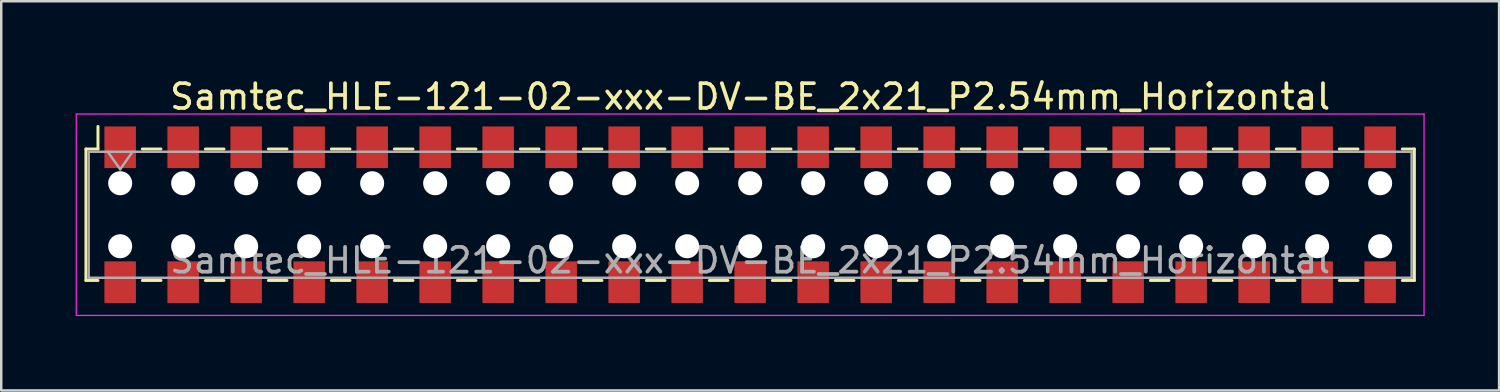
<source format=kicad_pcb>
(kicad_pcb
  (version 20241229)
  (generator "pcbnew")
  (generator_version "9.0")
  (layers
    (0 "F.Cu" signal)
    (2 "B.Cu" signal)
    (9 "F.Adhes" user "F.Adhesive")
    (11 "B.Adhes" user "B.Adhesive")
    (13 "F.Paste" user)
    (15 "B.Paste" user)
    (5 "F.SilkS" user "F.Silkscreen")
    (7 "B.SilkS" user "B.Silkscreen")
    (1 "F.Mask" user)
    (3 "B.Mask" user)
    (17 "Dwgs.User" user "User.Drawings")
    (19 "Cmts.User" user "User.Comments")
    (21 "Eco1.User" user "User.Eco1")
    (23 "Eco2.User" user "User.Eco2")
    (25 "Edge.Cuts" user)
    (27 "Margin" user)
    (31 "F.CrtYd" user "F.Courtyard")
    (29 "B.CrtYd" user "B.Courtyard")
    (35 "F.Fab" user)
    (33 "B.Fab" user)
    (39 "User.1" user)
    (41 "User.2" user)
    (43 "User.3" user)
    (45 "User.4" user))
  (footprint "Samtec_HLE-121-02-xxx-DV-BE_2x21_P2.54mm_Horizontal"
    (layer "F.Cu")
    (at 27.195 5.608)
    (property "Reference" "Samtec_HLE-121-02-xxx-DV-BE_2x21_P2.54mm_Horizontal" (at 0 -4.76 0) (layer "F.SilkS") (effects (font (size 1 1) (thickness 0.15))))
    (attr smd)
    (fp_line (start -26.78 -2.65) (end -26.78 2.65) (stroke (width 0.12) (type solid)) (layer "F.SilkS"))
    (fp_line (start -26.78 2.65) (end -26.295 2.65) (stroke (width 0.12) (type solid)) (layer "F.SilkS"))
    (fp_line (start -26.295 -3.56) (end -26.295 -2.65) (stroke (width 0.12) (type solid)) (layer "F.SilkS"))
    (fp_line (start -26.295 -2.65) (end -26.78 -2.65) (stroke (width 0.12) (type solid)) (layer "F.SilkS"))
    (fp_line (start -24.505 -2.65) (end -23.755 -2.65) (stroke (width 0.12) (type solid)) (layer "F.SilkS"))
    (fp_line (start -24.505 2.65) (end -23.755 2.65) (stroke (width 0.12) (type solid)) (layer "F.SilkS"))
    (fp_line (start -21.965 -2.65) (end -21.215 -2.65) (stroke (width 0.12) (type solid)) (layer "F.SilkS"))
    (fp_line (start -21.965 2.65) (end -21.215 2.65) (stroke (width 0.12) (type solid)) (layer "F.SilkS"))
    (fp_line (start -19.425 -2.65) (end -18.675 -2.65) (stroke (width 0.12) (type solid)) (layer "F.SilkS"))
    (fp_line (start -19.425 2.65) (end -18.675 2.65) (stroke (width 0.12) (type solid)) (layer "F.SilkS"))
    (fp_line (start -16.885 -2.65) (end -16.135 -2.65) (stroke (width 0.12) (type solid)) (layer "F.SilkS"))
    (fp_line (start -16.885 2.65) (end -16.135 2.65) (stroke (width 0.12) (type solid)) (layer "F.SilkS"))
    (fp_line (start -14.345 -2.65) (end -13.595 -2.65) (stroke (width 0.12) (type solid)) (layer "F.SilkS"))
    (fp_line (start -14.345 2.65) (end -13.595 2.65) (stroke (width 0.12) (type solid)) (layer "F.SilkS"))
    (fp_line (start -11.805 -2.65) (end -11.055 -2.65) (stroke (width 0.12) (type solid)) (layer "F.SilkS"))
    (fp_line (start -11.805 2.65) (end -11.055 2.65) (stroke (width 0.12) (type solid)) (layer "F.SilkS"))
    (fp_line (start -9.265 -2.65) (end -8.515 -2.65) (stroke (width 0.12) (type solid)) (layer "F.SilkS"))
    (fp_line (start -9.265 2.65) (end -8.515 2.65) (stroke (width 0.12) (type solid)) (layer "F.SilkS"))
    (fp_line (start -6.725 -2.65) (end -5.975 -2.65) (stroke (width 0.12) (type solid)) (layer "F.SilkS"))
    (fp_line (start -6.725 2.65) (end -5.975 2.65) (stroke (width 0.12) (type solid)) (layer "F.SilkS"))
    (fp_line (start -4.185 -2.65) (end -3.435 -2.65) (stroke (width 0.12) (type solid)) (layer "F.SilkS"))
    (fp_line (start -4.185 2.65) (end -3.435 2.65) (stroke (width 0.12) (type solid)) (layer "F.SilkS"))
    (fp_line (start -1.645 -2.65) (end -0.895 -2.65) (stroke (width 0.12) (type solid)) (layer "F.SilkS"))
    (fp_line (start -1.645 2.65) (end -0.895 2.65) (stroke (width 0.12) (type solid)) (layer "F.SilkS"))
    (fp_line (start 0.895 -2.65) (end 1.645 -2.65) (stroke (width 0.12) (type solid)) (layer "F.SilkS"))
    (fp_line (start 0.895 2.65) (end 1.645 2.65) (stroke (width 0.12) (type solid)) (layer "F.SilkS"))
    (fp_line (start 3.435 -2.65) (end 4.185 -2.65) (stroke (width 0.12) (type solid)) (layer "F.SilkS"))
    (fp_line (start 3.435 2.65) (end 4.185 2.65) (stroke (width 0.12) (type solid)) (layer "F.SilkS"))
    (fp_line (start 5.975 -2.65) (end 6.725 -2.65) (stroke (width 0.12) (type solid)) (layer "F.SilkS"))
    (fp_line (start 5.975 2.65) (end 6.725 2.65) (stroke (width 0.12) (type solid)) (layer "F.SilkS"))
    (fp_line (start 8.515 -2.65) (end 9.265 -2.65) (stroke (width 0.12) (type solid)) (layer "F.SilkS"))
    (fp_line (start 8.515 2.65) (end 9.265 2.65) (stroke (width 0.12) (type solid)) (layer "F.SilkS"))
    (fp_line (start 11.055 -2.65) (end 11.805 -2.65) (stroke (width 0.12) (type solid)) (layer "F.SilkS"))
    (fp_line (start 11.055 2.65) (end 11.805 2.65) (stroke (width 0.12) (type solid)) (layer "F.SilkS"))
    (fp_line (start 13.595 -2.65) (end 14.345 -2.65) (stroke (width 0.12) (type solid)) (layer "F.SilkS"))
    (fp_line (start 13.595 2.65) (end 14.345 2.65) (stroke (width 0.12) (type solid)) (layer "F.SilkS"))
    (fp_line (start 16.135 -2.65) (end 16.885 -2.65) (stroke (width 0.12) (type solid)) (layer "F.SilkS"))
    (fp_line (start 16.135 2.65) (end 16.885 2.65) (stroke (width 0.12) (type solid)) (layer "F.SilkS"))
    (fp_line (start 18.675 -2.65) (end 19.425 -2.65) (stroke (width 0.12) (type solid)) (layer "F.SilkS"))
    (fp_line (start 18.675 2.65) (end 19.425 2.65) (stroke (width 0.12) (type solid)) (layer "F.SilkS"))
    (fp_line (start 21.215 -2.65) (end 21.965 -2.65) (stroke (width 0.12) (type solid)) (layer "F.SilkS"))
    (fp_line (start 21.215 2.65) (end 21.965 2.65) (stroke (width 0.12) (type solid)) (layer "F.SilkS"))
    (fp_line (start 23.755 -2.65) (end 24.505 -2.65) (stroke (width 0.12) (type solid)) (layer "F.SilkS"))
    (fp_line (start 23.755 2.65) (end 24.505 2.65) (stroke (width 0.12) (type solid)) (layer "F.SilkS"))
    (fp_line (start 26.295 -2.65) (end 26.78 -2.65) (stroke (width 0.12) (type solid)) (layer "F.SilkS"))
    (fp_line (start 26.78 -2.65) (end 26.78 2.65) (stroke (width 0.12) (type solid)) (layer "F.SilkS"))
    (fp_line (start 26.78 2.65) (end 26.295 2.65) (stroke (width 0.12) (type solid)) (layer "F.SilkS"))
    (fp_line (start -27.17 -4.06) (end 27.17 -4.06) (stroke (width 0.05) (type solid)) (layer "F.CrtYd"))
    (fp_line (start -27.17 4.06) (end -27.17 -4.06) (stroke (width 0.05) (type solid)) (layer "F.CrtYd"))
    (fp_line (start 27.17 -4.06) (end 27.17 4.06) (stroke (width 0.05) (type solid)) (layer "F.CrtYd"))
    (fp_line (start 27.17 4.06) (end -27.17 4.06) (stroke (width 0.05) (type solid)) (layer "F.CrtYd"))
    (fp_line (start -26.67 -2.54) (end 26.67 -2.54) (stroke (width 0.1) (type solid)) (layer "F.Fab"))
    (fp_line (start -26.67 2.54) (end -26.67 -2.54) (stroke (width 0.1) (type solid)) (layer "F.Fab"))
    (fp_line (start -25.9 -2.54) (end -25.4 -1.833) (stroke (width 0.1) (type solid)) (layer "F.Fab"))
    (fp_line (start -25.4 -1.833) (end -24.9 -2.54) (stroke (width 0.1) (type solid)) (layer "F.Fab"))
    (fp_line (start 26.67 -2.54) (end 26.67 2.54) (stroke (width 0.1) (type solid)) (layer "F.Fab"))
    (fp_line (start 26.67 2.54) (end -26.67 2.54) (stroke (width 0.1) (type solid)) (layer "F.Fab"))
    (fp_text user "${REFERENCE}" (at 0 1.84 0) (layer "F.Fab") (effects (font (size 1 1) (thickness 0.15))))
    (pad "" np_thru_hole circle (at -25.4 -1.27) (size 0.97 0.97) (drill 0.97) (layers "*.Cu" "*.Mask"))
    (pad "" np_thru_hole circle (at -25.4 1.27) (size 0.97 0.97) (drill 0.97) (layers "*.Cu" "*.Mask"))
    (pad "" np_thru_hole circle (at -22.86 -1.27) (size 0.97 0.97) (drill 0.97) (layers "*.Cu" "*.Mask"))
    (pad "" np_thru_hole circle (at -22.86 1.27) (size 0.97 0.97) (drill 0.97) (layers "*.Cu" "*.Mask"))
    (pad "" np_thru_hole circle (at -20.32 -1.27) (size 0.97 0.97) (drill 0.97) (layers "*.Cu" "*.Mask"))
    (pad "" np_thru_hole circle (at -20.32 1.27) (size 0.97 0.97) (drill 0.97) (layers "*.Cu" "*.Mask"))
    (pad "" np_thru_hole circle (at -17.78 -1.27) (size 0.97 0.97) (drill 0.97) (layers "*.Cu" "*.Mask"))
    (pad "" np_thru_hole circle (at -17.78 1.27) (size 0.97 0.97) (drill 0.97) (layers "*.Cu" "*.Mask"))
    (pad "" np_thru_hole circle (at -15.24 -1.27) (size 0.97 0.97) (drill 0.97) (layers "*.Cu" "*.Mask"))
    (pad "" np_thru_hole circle (at -15.24 1.27) (size 0.97 0.97) (drill 0.97) (layers "*.Cu" "*.Mask"))
    (pad "" np_thru_hole circle (at -12.7 -1.27) (size 0.97 0.97) (drill 0.97) (layers "*.Cu" "*.Mask"))
    (pad "" np_thru_hole circle (at -12.7 1.27) (size 0.97 0.97) (drill 0.97) (layers "*.Cu" "*.Mask"))
    (pad "" np_thru_hole circle (at -10.16 -1.27) (size 0.97 0.97) (drill 0.97) (layers "*.Cu" "*.Mask"))
    (pad "" np_thru_hole circle (at -10.16 1.27) (size 0.97 0.97) (drill 0.97) (layers "*.Cu" "*.Mask"))
    (pad "" np_thru_hole circle (at -7.62 -1.27) (size 0.97 0.97) (drill 0.97) (layers "*.Cu" "*.Mask"))
    (pad "" np_thru_hole circle (at -7.62 1.27) (size 0.97 0.97) (drill 0.97) (layers "*.Cu" "*.Mask"))
    (pad "" np_thru_hole circle (at -5.08 -1.27) (size 0.97 0.97) (drill 0.97) (layers "*.Cu" "*.Mask"))
    (pad "" np_thru_hole circle (at -5.08 1.27) (size 0.97 0.97) (drill 0.97) (layers "*.Cu" "*.Mask"))
    (pad "" np_thru_hole circle (at -2.54 -1.27) (size 0.97 0.97) (drill 0.97) (layers "*.Cu" "*.Mask"))
    (pad "" np_thru_hole circle (at -2.54 1.27) (size 0.97 0.97) (drill 0.97) (layers "*.Cu" "*.Mask"))
    (pad "" np_thru_hole circle (at 0 -1.27) (size 0.97 0.97) (drill 0.97) (layers "*.Cu" "*.Mask"))
    (pad "" np_thru_hole circle (at 0 1.27) (size 0.97 0.97) (drill 0.97) (layers "*.Cu" "*.Mask"))
    (pad "" np_thru_hole circle (at 2.54 -1.27) (size 0.97 0.97) (drill 0.97) (layers "*.Cu" "*.Mask"))
    (pad "" np_thru_hole circle (at 2.54 1.27) (size 0.97 0.97) (drill 0.97) (layers "*.Cu" "*.Mask"))
    (pad "" np_thru_hole circle (at 5.08 -1.27) (size 0.97 0.97) (drill 0.97) (layers "*.Cu" "*.Mask"))
    (pad "" np_thru_hole circle (at 5.08 1.27) (size 0.97 0.97) (drill 0.97) (layers "*.Cu" "*.Mask"))
    (pad "" np_thru_hole circle (at 7.62 -1.27) (size 0.97 0.97) (drill 0.97) (layers "*.Cu" "*.Mask"))
    (pad "" np_thru_hole circle (at 7.62 1.27) (size 0.97 0.97) (drill 0.97) (layers "*.Cu" "*.Mask"))
    (pad "" np_thru_hole circle (at 10.16 -1.27) (size 0.97 0.97) (drill 0.97) (layers "*.Cu" "*.Mask"))
    (pad "" np_thru_hole circle (at 10.16 1.27) (size 0.97 0.97) (drill 0.97) (layers "*.Cu" "*.Mask"))
    (pad "" np_thru_hole circle (at 12.7 -1.27) (size 0.97 0.97) (drill 0.97) (layers "*.Cu" "*.Mask"))
    (pad "" np_thru_hole circle (at 12.7 1.27) (size 0.97 0.97) (drill 0.97) (layers "*.Cu" "*.Mask"))
    (pad "" np_thru_hole circle (at 15.24 -1.27) (size 0.97 0.97) (drill 0.97) (layers "*.Cu" "*.Mask"))
    (pad "" np_thru_hole circle (at 15.24 1.27) (size 0.97 0.97) (drill 0.97) (layers "*.Cu" "*.Mask"))
    (pad "" np_thru_hole circle (at 17.78 -1.27) (size 0.97 0.97) (drill 0.97) (layers "*.Cu" "*.Mask"))
    (pad "" np_thru_hole circle (at 17.78 1.27) (size 0.97 0.97) (drill 0.97) (layers "*.Cu" "*.Mask"))
    (pad "" np_thru_hole circle (at 20.32 -1.27) (size 0.97 0.97) (drill 0.97) (layers "*.Cu" "*.Mask"))
    (pad "" np_thru_hole circle (at 20.32 1.27) (size 0.97 0.97) (drill 0.97) (layers "*.Cu" "*.Mask"))
    (pad "" np_thru_hole circle (at 22.86 -1.27) (size 0.97 0.97) (drill 0.97) (layers "*.Cu" "*.Mask"))
    (pad "" np_thru_hole circle (at 22.86 1.27) (size 0.97 0.97) (drill 0.97) (layers "*.Cu" "*.Mask"))
    (pad "" np_thru_hole circle (at 25.4 -1.27) (size 0.97 0.97) (drill 0.97) (layers "*.Cu" "*.Mask"))
    (pad "" np_thru_hole circle (at 25.4 1.27) (size 0.97 0.97) (drill 0.97) (layers "*.Cu" "*.Mask"))
    (pad "1" smd rect (at -25.4 -2.72) (size 1.27 1.68) (layers "F.Cu" "F.Mask" "F.Paste"))
    (pad "2" smd rect (at -25.4 2.72) (size 1.27 1.68) (layers "F.Cu" "F.Mask" "F.Paste"))
    (pad "3" smd rect (at -22.86 -2.72) (size 1.27 1.68) (layers "F.Cu" "F.Mask" "F.Paste"))
    (pad "4" smd rect (at -22.86 2.72) (size 1.27 1.68) (layers "F.Cu" "F.Mask" "F.Paste"))
    (pad "5" smd rect (at -20.32 -2.72) (size 1.27 1.68) (layers "F.Cu" "F.Mask" "F.Paste"))
    (pad "6" smd rect (at -20.32 2.72) (size 1.27 1.68) (layers "F.Cu" "F.Mask" "F.Paste"))
    (pad "7" smd rect (at -17.78 -2.72) (size 1.27 1.68) (layers "F.Cu" "F.Mask" "F.Paste"))
    (pad "8" smd rect (at -17.78 2.72) (size 1.27 1.68) (layers "F.Cu" "F.Mask" "F.Paste"))
    (pad "9" smd rect (at -15.24 -2.72) (size 1.27 1.68) (layers "F.Cu" "F.Mask" "F.Paste"))
    (pad "10" smd rect (at -15.24 2.72) (size 1.27 1.68) (layers "F.Cu" "F.Mask" "F.Paste"))
    (pad "11" smd rect (at -12.7 -2.72) (size 1.27 1.68) (layers "F.Cu" "F.Mask" "F.Paste"))
    (pad "12" smd rect (at -12.7 2.72) (size 1.27 1.68) (layers "F.Cu" "F.Mask" "F.Paste"))
    (pad "13" smd rect (at -10.16 -2.72) (size 1.27 1.68) (layers "F.Cu" "F.Mask" "F.Paste"))
    (pad "14" smd rect (at -10.16 2.72) (size 1.27 1.68) (layers "F.Cu" "F.Mask" "F.Paste"))
    (pad "15" smd rect (at -7.62 -2.72) (size 1.27 1.68) (layers "F.Cu" "F.Mask" "F.Paste"))
    (pad "16" smd rect (at -7.62 2.72) (size 1.27 1.68) (layers "F.Cu" "F.Mask" "F.Paste"))
    (pad "17" smd rect (at -5.08 -2.72) (size 1.27 1.68) (layers "F.Cu" "F.Mask" "F.Paste"))
    (pad "18" smd rect (at -5.08 2.72) (size 1.27 1.68) (layers "F.Cu" "F.Mask" "F.Paste"))
    (pad "19" smd rect (at -2.54 -2.72) (size 1.27 1.68) (layers "F.Cu" "F.Mask" "F.Paste"))
    (pad "20" smd rect (at -2.54 2.72) (size 1.27 1.68) (layers "F.Cu" "F.Mask" "F.Paste"))
    (pad "21" smd rect (at 0 -2.72) (size 1.27 1.68) (layers "F.Cu" "F.Mask" "F.Paste"))
    (pad "22" smd rect (at 0 2.72) (size 1.27 1.68) (layers "F.Cu" "F.Mask" "F.Paste"))
    (pad "23" smd rect (at 2.54 -2.72) (size 1.27 1.68) (layers "F.Cu" "F.Mask" "F.Paste"))
    (pad "24" smd rect (at 2.54 2.72) (size 1.27 1.68) (layers "F.Cu" "F.Mask" "F.Paste"))
    (pad "25" smd rect (at 5.08 -2.72) (size 1.27 1.68) (layers "F.Cu" "F.Mask" "F.Paste"))
    (pad "26" smd rect (at 5.08 2.72) (size 1.27 1.68) (layers "F.Cu" "F.Mask" "F.Paste"))
    (pad "27" smd rect (at 7.62 -2.72) (size 1.27 1.68) (layers "F.Cu" "F.Mask" "F.Paste"))
    (pad "28" smd rect (at 7.62 2.72) (size 1.27 1.68) (layers "F.Cu" "F.Mask" "F.Paste"))
    (pad "29" smd rect (at 10.16 -2.72) (size 1.27 1.68) (layers "F.Cu" "F.Mask" "F.Paste"))
    (pad "30" smd rect (at 10.16 2.72) (size 1.27 1.68) (layers "F.Cu" "F.Mask" "F.Paste"))
    (pad "31" smd rect (at 12.7 -2.72) (size 1.27 1.68) (layers "F.Cu" "F.Mask" "F.Paste"))
    (pad "32" smd rect (at 12.7 2.72) (size 1.27 1.68) (layers "F.Cu" "F.Mask" "F.Paste"))
    (pad "33" smd rect (at 15.24 -2.72) (size 1.27 1.68) (layers "F.Cu" "F.Mask" "F.Paste"))
    (pad "34" smd rect (at 15.24 2.72) (size 1.27 1.68) (layers "F.Cu" "F.Mask" "F.Paste"))
    (pad "35" smd rect (at 17.78 -2.72) (size 1.27 1.68) (layers "F.Cu" "F.Mask" "F.Paste"))
    (pad "36" smd rect (at 17.78 2.72) (size 1.27 1.68) (layers "F.Cu" "F.Mask" "F.Paste"))
    (pad "37" smd rect (at 20.32 -2.72) (size 1.27 1.68) (layers "F.Cu" "F.Mask" "F.Paste"))
    (pad "38" smd rect (at 20.32 2.72) (size 1.27 1.68) (layers "F.Cu" "F.Mask" "F.Paste"))
    (pad "39" smd rect (at 22.86 -2.72) (size 1.27 1.68) (layers "F.Cu" "F.Mask" "F.Paste"))
    (pad "40" smd rect (at 22.86 2.72) (size 1.27 1.68) (layers "F.Cu" "F.Mask" "F.Paste"))
    (pad "41" smd rect (at 25.4 -2.72) (size 1.27 1.68) (layers "F.Cu" "F.Mask" "F.Paste"))
    (pad "42" smd rect (at 25.4 2.72) (size 1.27 1.68) (layers "F.Cu" "F.Mask" "F.Paste")))
  (gr_rect
    (start -3 -3)
    (end 57.39 12.693)
    (stroke (width 0.1) (type default))
    (fill no)
    (layer "Edge.Cuts")))
</source>
